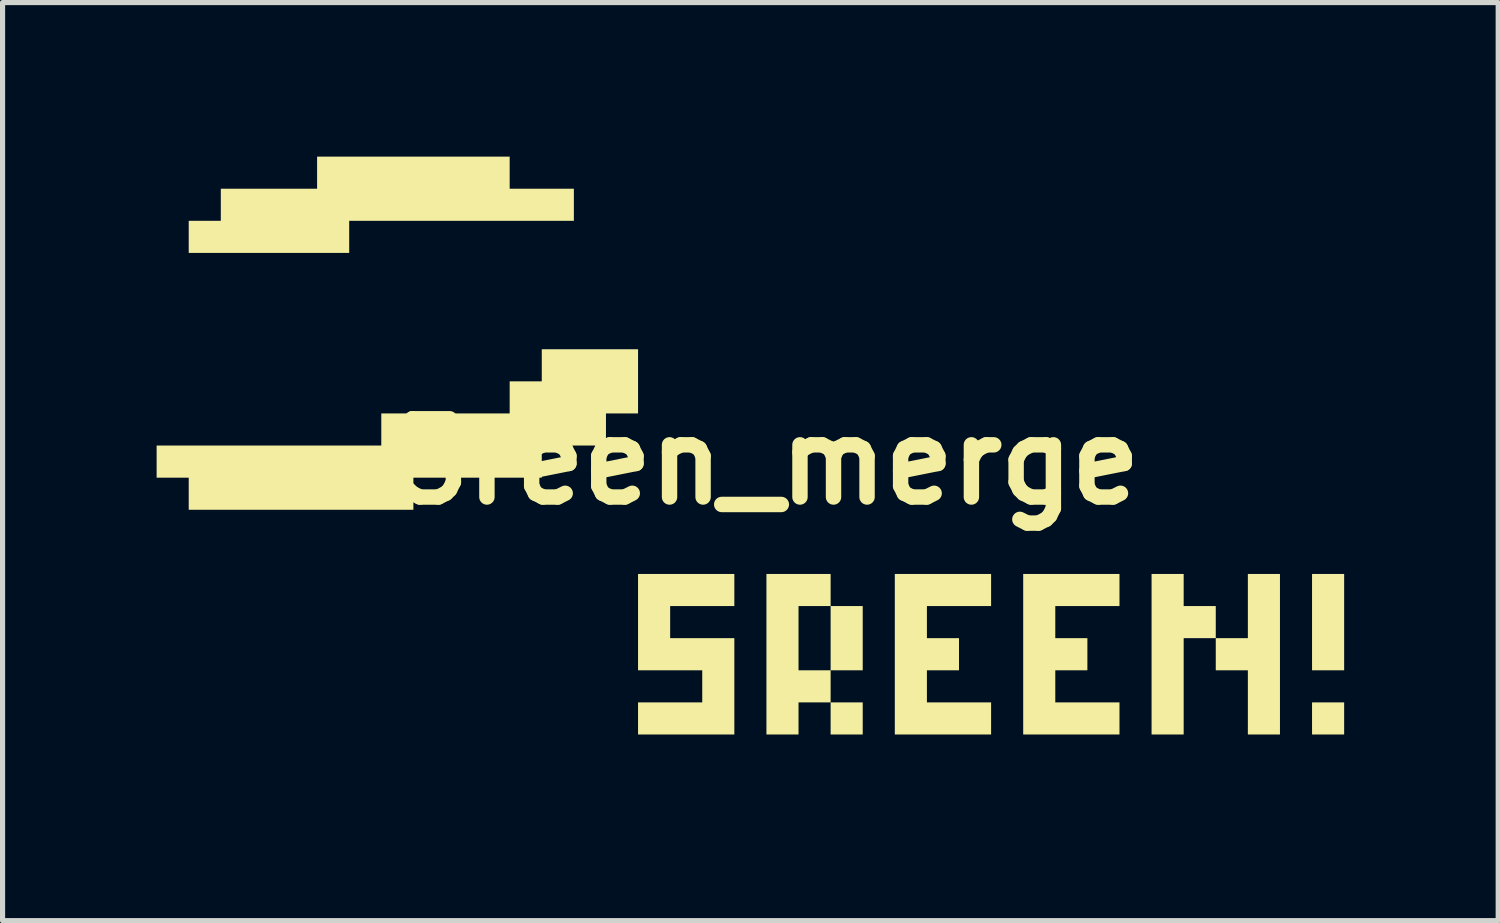
<source format=kicad_pcb>
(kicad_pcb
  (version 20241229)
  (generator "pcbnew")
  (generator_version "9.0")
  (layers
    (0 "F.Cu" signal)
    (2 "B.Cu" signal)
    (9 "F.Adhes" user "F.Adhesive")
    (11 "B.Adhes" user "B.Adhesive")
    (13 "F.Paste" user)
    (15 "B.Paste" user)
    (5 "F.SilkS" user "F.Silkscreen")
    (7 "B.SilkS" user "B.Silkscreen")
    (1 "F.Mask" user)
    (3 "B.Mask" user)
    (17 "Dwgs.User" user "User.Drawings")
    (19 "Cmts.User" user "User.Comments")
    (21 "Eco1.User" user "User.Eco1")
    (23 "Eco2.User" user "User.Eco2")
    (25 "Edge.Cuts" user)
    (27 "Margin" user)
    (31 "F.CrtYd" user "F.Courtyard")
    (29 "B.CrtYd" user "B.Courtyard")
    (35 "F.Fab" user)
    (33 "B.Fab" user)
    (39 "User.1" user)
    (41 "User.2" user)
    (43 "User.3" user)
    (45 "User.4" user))
  (footprint "5reen_merge"
    (layer "F.Cu")
    (at 11.875 5.939)
    (property "Reference" "5reen_merge" (at 0 0 0) (layer "F.SilkS") (effects (font (size 1.524 1.524) (thickness 0.3))))
    (attr board_only exclude_from_pos_files exclude_from_bom)
    (fp_poly (pts (xy -5.625 5.939) (xy -8.125 5.939) (xy -8.125 5.314) (xy -5.625 5.314)) (stroke (width 0) (type solid)) (fill yes) (layer "F.Mask"))
    (fp_poly (pts (xy -3.125 2.813) (xy -3.75 2.813) (xy -3.75 3.438) (xy -4.375 3.438) (xy -4.375 4.689) (xy -9.375 4.689) (xy -9.375 4.064) (xy -7.5 4.064) (xy -6.25 4.064) (xy -6.25 2.813) (xy -4.375 2.813) (xy -4.375 1.563) (xy -6.25 1.563) (xy -6.25 2.813) (xy -7.5 2.813) (xy -7.5 4.064) (xy -9.375 4.064) (xy -9.375 3.438) (xy -10 3.438) (xy -10 2.813) (xy -9.375 2.813) (xy -7.5 2.813) (xy -7.5 1.563) (xy -9.375 1.563) (xy -9.375 2.813) (xy -10 2.813) (xy -10.625 2.813) (xy -10.625 0.938) (xy -6.875 0.938) (xy -6.875 0.313) (xy -4.375 0.313) (xy -4.375 -0.313) (xy -3.125 -0.313)) (stroke (width 0) (type solid)) (fill yes) (layer "F.Mask"))
    (fp_poly (pts (xy -3.125 -4.064) (xy -2.5 -4.064) (xy -2.5 -2.188) (xy -4.375 -2.188) (xy -4.375 -1.563) (xy -5 -1.563) (xy -5 -0.938) (xy -7.5 -0.938) (xy -7.5 -0.313) (xy -11.875 -0.313) (xy -11.875 -0.938) (xy -10 -0.938) (xy -8.125 -0.938) (xy -8.125 -2.188) (xy -7.5 -2.188) (xy -7.5 -1.563) (xy -5.625 -1.563) (xy -5.625 -2.188) (xy -6.25 -2.188) (xy -6.25 -3.438) (xy -5.625 -3.438) (xy -5.625 -4.064) (xy -7.5 -4.064) (xy -7.5 -2.813) (xy -8.125 -2.813) (xy -8.125 -3.438) (xy -10 -3.438) (xy -10 -2.813) (xy -9.375 -2.813) (xy -9.375 -1.563) (xy -10 -1.563) (xy -10 -0.938) (xy -11.875 -0.938) (xy -11.875 -3.438) (xy -11.25 -3.438) (xy -11.25 -4.064) (xy -8.125 -4.064) (xy -8.125 -4.689) (xy -3.125 -4.689)) (stroke (width 0) (type solid)) (fill yes) (layer "F.Mask"))
    (fp_poly (pts (xy 1.875 5.314) (xy 1.25 5.314) (xy 1.25 4.689) (xy 1.875 4.689)) (stroke (width 0) (type solid)) (fill yes) (layer "F.SilkS"))
    (fp_poly (pts (xy 11.25 4.064) (xy 10.625 4.064) (xy 10.625 2.188) (xy 11.25 2.188)) (stroke (width 0) (type solid)) (fill yes) (layer "F.SilkS"))
    (fp_poly (pts (xy 11.25 5.314) (xy 10.625 5.314) (xy 10.625 4.689) (xy 11.25 4.689)) (stroke (width 0) (type solid)) (fill yes) (layer "F.SilkS"))
    (fp_poly (pts (xy 8.125 2.813) (xy 8.75 2.813) (xy 8.75 3.438) (xy 8.125 3.438) (xy 8.125 5.314) (xy 7.5 5.314) (xy 7.5 2.188) (xy 8.125 2.188)) (stroke (width 0) (type solid)) (fill yes) (layer "F.SilkS"))
    (fp_poly (pts (xy 10 5.314) (xy 9.375 5.314) (xy 9.375 4.064) (xy 8.75 4.064) (xy 8.75 3.438) (xy 9.375 3.438) (xy 9.375 2.188) (xy 10 2.188)) (stroke (width 0) (type solid)) (fill yes) (layer "F.SilkS"))
    (fp_poly (pts (xy -5 -5.314) (xy -3.75 -5.314) (xy -3.75 -4.689) (xy -8.125 -4.689) (xy -8.125 -4.064) (xy -11.25 -4.064) (xy -11.25 -4.689) (xy -10.625 -4.689) (xy -10.625 -5.314) (xy -8.75 -5.314) (xy -8.75 -5.939) (xy -5 -5.939)) (stroke (width 0) (type solid)) (fill yes) (layer "F.SilkS"))
    (fp_poly (pts (xy -0.625 2.813) (xy -1.875 2.813) (xy -1.875 3.438) (xy -0.625 3.438) (xy -0.625 5.314) (xy -2.5 5.314) (xy -2.5 4.689) (xy -1.25 4.689) (xy -1.25 4.064) (xy -2.5 4.064) (xy -2.5 2.188) (xy -0.625 2.188)) (stroke (width 0) (type solid)) (fill yes) (layer "F.SilkS"))
    (fp_poly (pts (xy 4.375 2.813) (xy 3.125 2.813) (xy 3.125 3.438) (xy 3.75 3.438) (xy 3.75 4.064) (xy 3.125 4.064) (xy 3.125 4.689) (xy 4.375 4.689) (xy 4.375 5.314) (xy 2.5 5.314) (xy 2.5 2.188) (xy 4.375 2.188)) (stroke (width 0) (type solid)) (fill yes) (layer "F.SilkS"))
    (fp_poly (pts (xy 6.875 2.813) (xy 5.625 2.813) (xy 5.625 3.438) (xy 6.25 3.438) (xy 6.25 4.064) (xy 5.625 4.064) (xy 5.625 4.689) (xy 6.875 4.689) (xy 6.875 5.314) (xy 5 5.314) (xy 5 2.188) (xy 6.875 2.188)) (stroke (width 0) (type solid)) (fill yes) (layer "F.SilkS"))
    (fp_poly (pts (xy 1.875 2.813) (xy 1.875 4.064) (xy 1.25 4.064) (xy 1.25 4.689) (xy 0.625 4.689) (xy 0.625 5.314) (xy 0 5.314) (xy 0 4.064) (xy 0.625 4.064) (xy 1.25 4.064) (xy 1.25 2.813) (xy 0.625 2.813) (xy 0.625 4.064) (xy 0 4.064) (xy 0 2.188) (xy 1.25 2.188) (xy 1.25 2.813)) (stroke (width 0) (type solid)) (fill yes) (layer "F.SilkS"))
    (fp_poly (pts (xy -2.5 -0.938) (xy -3.125 -0.938) (xy -3.125 -0.313) (xy -4.375 -0.313) (xy -4.375 0.313) (xy -6.875 0.313) (xy -6.875 0.938) (xy -11.25 0.938) (xy -11.25 0.313) (xy -11.875 0.313) (xy -11.875 -0.313) (xy -7.5 -0.313) (xy -7.5 -0.938) (xy -5 -0.938) (xy -5 -1.563) (xy -4.375 -1.563) (xy -4.375 -2.188) (xy -2.5 -2.188)) (stroke (width 0) (type solid)) (fill yes) (layer "F.SilkS")))
  (gr_rect
    (start -3 -3)
    (end 26.125 14.878)
    (stroke (width 0.1) (type default))
    (fill no)
    (layer "Edge.Cuts")))
</source>
